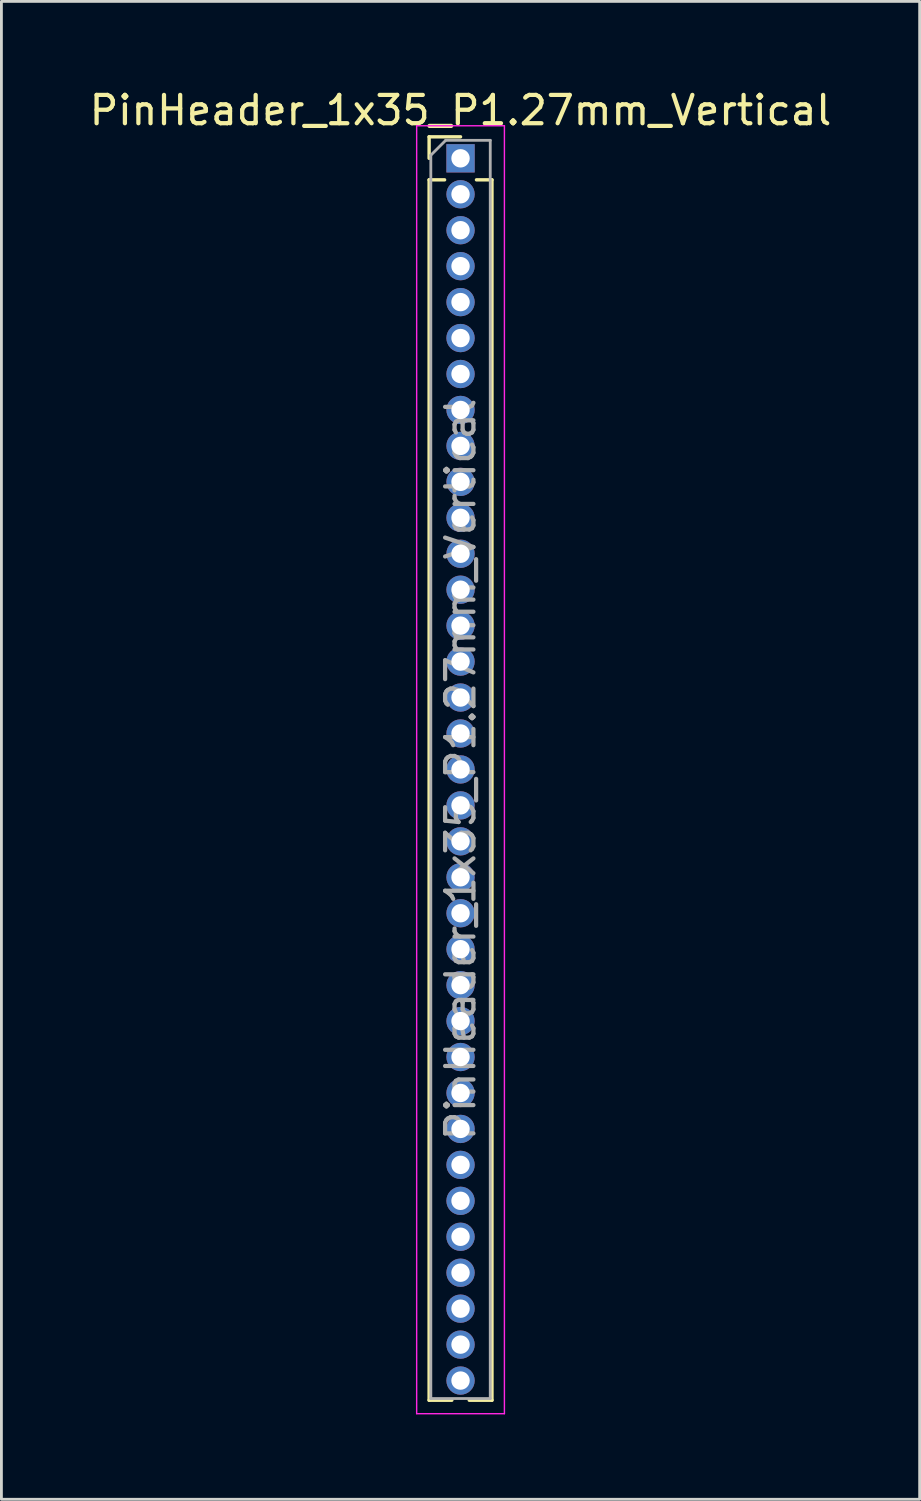
<source format=kicad_pcb>
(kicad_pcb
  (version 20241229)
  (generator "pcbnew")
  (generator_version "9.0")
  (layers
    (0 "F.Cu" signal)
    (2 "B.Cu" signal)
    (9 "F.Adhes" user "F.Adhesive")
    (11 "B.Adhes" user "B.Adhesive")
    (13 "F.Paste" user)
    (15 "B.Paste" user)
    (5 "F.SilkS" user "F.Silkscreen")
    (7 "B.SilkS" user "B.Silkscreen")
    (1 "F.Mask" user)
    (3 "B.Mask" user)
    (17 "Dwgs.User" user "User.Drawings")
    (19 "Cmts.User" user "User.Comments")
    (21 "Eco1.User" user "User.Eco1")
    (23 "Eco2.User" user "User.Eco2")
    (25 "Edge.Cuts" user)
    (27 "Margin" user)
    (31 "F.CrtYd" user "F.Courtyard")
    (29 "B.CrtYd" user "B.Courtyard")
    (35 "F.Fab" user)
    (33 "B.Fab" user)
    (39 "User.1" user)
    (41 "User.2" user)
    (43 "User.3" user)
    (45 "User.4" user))
  (footprint "PinHeader_1x35_P1.27mm_Vertical"
    (layer "F.Cu")
    (at 13.22 2.543)
    (property "Reference" "PinHeader_1x35_P1.27mm_Vertical" (at 0 -1.695 0) (layer "F.SilkS") (effects (font (size 1 1) (thickness 0.15))))
    (attr through_hole)
    (fp_line (start -1.11 -0.76) (end 0 -0.76) (stroke (width 0.12) (type solid)) (layer "F.SilkS"))
    (fp_line (start -1.11 0) (end -1.11 -0.76) (stroke (width 0.12) (type solid)) (layer "F.SilkS"))
    (fp_line (start -1.11 0.76) (end -1.11 43.875) (stroke (width 0.12) (type solid)) (layer "F.SilkS"))
    (fp_line (start -1.11 0.76) (end -0.563 0.76) (stroke (width 0.12) (type solid)) (layer "F.SilkS"))
    (fp_line (start -1.11 43.875) (end -0.308 43.875) (stroke (width 0.12) (type solid)) (layer "F.SilkS"))
    (fp_line (start 0.308 43.875) (end 1.11 43.875) (stroke (width 0.12) (type solid)) (layer "F.SilkS"))
    (fp_line (start 0.563 0.76) (end 1.11 0.76) (stroke (width 0.12) (type solid)) (layer "F.SilkS"))
    (fp_line (start 1.11 0.76) (end 1.11 43.875) (stroke (width 0.12) (type solid)) (layer "F.SilkS"))
    (fp_line (start -1.55 -1.15) (end -1.55 44.35) (stroke (width 0.05) (type solid)) (layer "F.CrtYd"))
    (fp_line (start -1.55 44.35) (end 1.55 44.35) (stroke (width 0.05) (type solid)) (layer "F.CrtYd"))
    (fp_line (start 1.55 -1.15) (end -1.55 -1.15) (stroke (width 0.05) (type solid)) (layer "F.CrtYd"))
    (fp_line (start 1.55 44.35) (end 1.55 -1.15) (stroke (width 0.05) (type solid)) (layer "F.CrtYd"))
    (fp_line (start -1.05 -0.11) (end -0.525 -0.635) (stroke (width 0.1) (type solid)) (layer "F.Fab"))
    (fp_line (start -1.05 43.815) (end -1.05 -0.11) (stroke (width 0.1) (type solid)) (layer "F.Fab"))
    (fp_line (start -0.525 -0.635) (end 1.05 -0.635) (stroke (width 0.1) (type solid)) (layer "F.Fab"))
    (fp_line (start 1.05 -0.635) (end 1.05 43.815) (stroke (width 0.1) (type solid)) (layer "F.Fab"))
    (fp_line (start 1.05 43.815) (end -1.05 43.815) (stroke (width 0.1) (type solid)) (layer "F.Fab"))
    (fp_text user "${REFERENCE}" (at 0 21.59 90) (layer "F.Fab") (effects (font (size 1 1) (thickness 0.15))))
    (pad "1" thru_hole rect (at 0 0) (size 1 1) (drill 0.65) (layers "*.Cu" "*.Mask"))
    (pad "2" thru_hole oval (at 0 1.27) (size 1 1) (drill 0.65) (layers "*.Cu" "*.Mask"))
    (pad "3" thru_hole oval (at 0 2.54) (size 1 1) (drill 0.65) (layers "*.Cu" "*.Mask"))
    (pad "4" thru_hole oval (at 0 3.81) (size 1 1) (drill 0.65) (layers "*.Cu" "*.Mask"))
    (pad "5" thru_hole oval (at 0 5.08) (size 1 1) (drill 0.65) (layers "*.Cu" "*.Mask"))
    (pad "6" thru_hole oval (at 0 6.35) (size 1 1) (drill 0.65) (layers "*.Cu" "*.Mask"))
    (pad "7" thru_hole oval (at 0 7.62) (size 1 1) (drill 0.65) (layers "*.Cu" "*.Mask"))
    (pad "8" thru_hole oval (at 0 8.89) (size 1 1) (drill 0.65) (layers "*.Cu" "*.Mask"))
    (pad "9" thru_hole oval (at 0 10.16) (size 1 1) (drill 0.65) (layers "*.Cu" "*.Mask"))
    (pad "10" thru_hole oval (at 0 11.43) (size 1 1) (drill 0.65) (layers "*.Cu" "*.Mask"))
    (pad "11" thru_hole oval (at 0 12.7) (size 1 1) (drill 0.65) (layers "*.Cu" "*.Mask"))
    (pad "12" thru_hole oval (at 0 13.97) (size 1 1) (drill 0.65) (layers "*.Cu" "*.Mask"))
    (pad "13" thru_hole oval (at 0 15.24) (size 1 1) (drill 0.65) (layers "*.Cu" "*.Mask"))
    (pad "14" thru_hole oval (at 0 16.51) (size 1 1) (drill 0.65) (layers "*.Cu" "*.Mask"))
    (pad "15" thru_hole oval (at 0 17.78) (size 1 1) (drill 0.65) (layers "*.Cu" "*.Mask"))
    (pad "16" thru_hole oval (at 0 19.05) (size 1 1) (drill 0.65) (layers "*.Cu" "*.Mask"))
    (pad "17" thru_hole oval (at 0 20.32) (size 1 1) (drill 0.65) (layers "*.Cu" "*.Mask"))
    (pad "18" thru_hole oval (at 0 21.59) (size 1 1) (drill 0.65) (layers "*.Cu" "*.Mask"))
    (pad "19" thru_hole oval (at 0 22.86) (size 1 1) (drill 0.65) (layers "*.Cu" "*.Mask"))
    (pad "20" thru_hole oval (at 0 24.13) (size 1 1) (drill 0.65) (layers "*.Cu" "*.Mask"))
    (pad "21" thru_hole oval (at 0 25.4) (size 1 1) (drill 0.65) (layers "*.Cu" "*.Mask"))
    (pad "22" thru_hole oval (at 0 26.67) (size 1 1) (drill 0.65) (layers "*.Cu" "*.Mask"))
    (pad "23" thru_hole oval (at 0 27.94) (size 1 1) (drill 0.65) (layers "*.Cu" "*.Mask"))
    (pad "24" thru_hole oval (at 0 29.21) (size 1 1) (drill 0.65) (layers "*.Cu" "*.Mask"))
    (pad "25" thru_hole oval (at 0 30.48) (size 1 1) (drill 0.65) (layers "*.Cu" "*.Mask"))
    (pad "26" thru_hole oval (at 0 31.75) (size 1 1) (drill 0.65) (layers "*.Cu" "*.Mask"))
    (pad "27" thru_hole oval (at 0 33.02) (size 1 1) (drill 0.65) (layers "*.Cu" "*.Mask"))
    (pad "28" thru_hole oval (at 0 34.29) (size 1 1) (drill 0.65) (layers "*.Cu" "*.Mask"))
    (pad "29" thru_hole oval (at 0 35.56) (size 1 1) (drill 0.65) (layers "*.Cu" "*.Mask"))
    (pad "30" thru_hole oval (at 0 36.83) (size 1 1) (drill 0.65) (layers "*.Cu" "*.Mask"))
    (pad "31" thru_hole oval (at 0 38.1) (size 1 1) (drill 0.65) (layers "*.Cu" "*.Mask"))
    (pad "32" thru_hole oval (at 0 39.37) (size 1 1) (drill 0.65) (layers "*.Cu" "*.Mask"))
    (pad "33" thru_hole oval (at 0 40.64) (size 1 1) (drill 0.65) (layers "*.Cu" "*.Mask"))
    (pad "34" thru_hole oval (at 0 41.91) (size 1 1) (drill 0.65) (layers "*.Cu" "*.Mask"))
    (pad "35" thru_hole oval (at 0 43.18) (size 1 1) (drill 0.65) (layers "*.Cu" "*.Mask")))
  (gr_rect
    (start -3 -3)
    (end 29.44 49.918)
    (stroke (width 0.1) (type default))
    (fill no)
    (layer "Edge.Cuts")))
</source>
